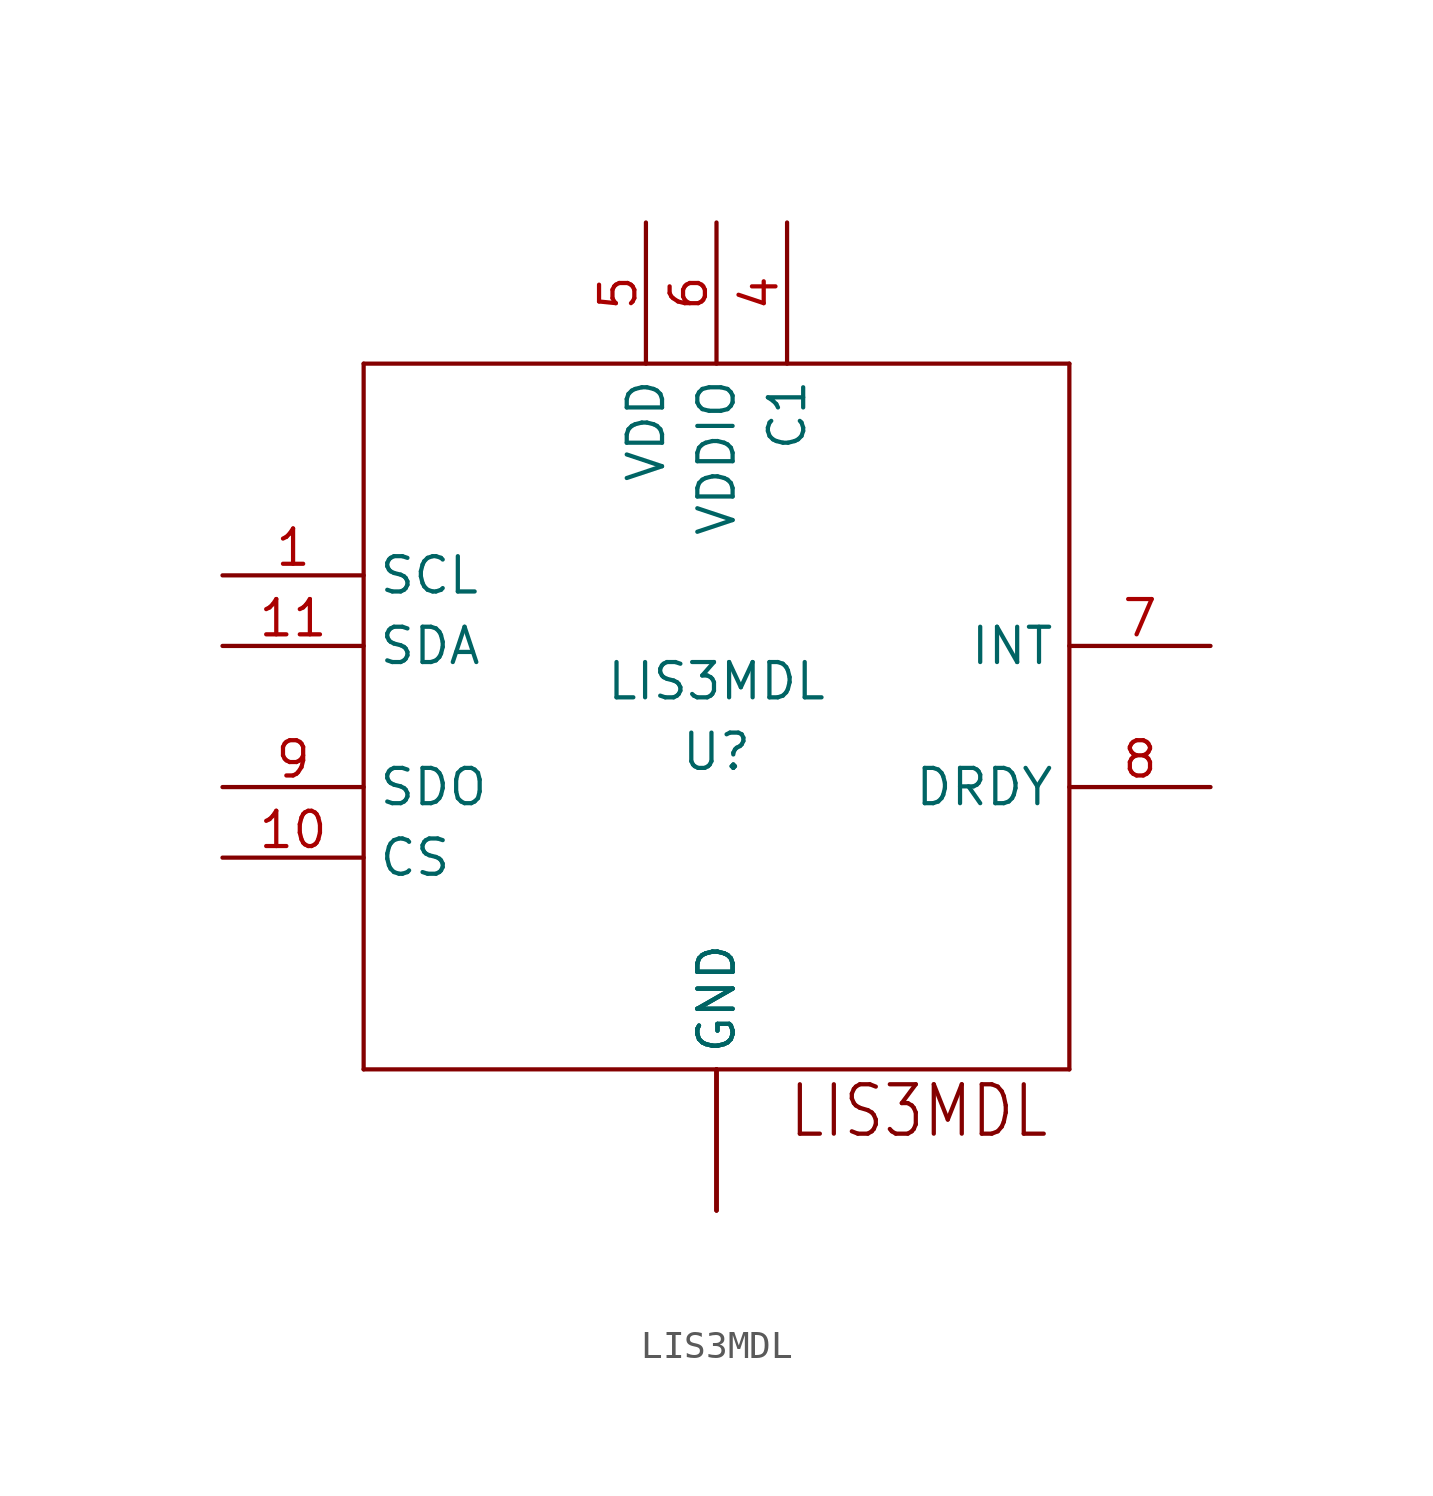
<source format=kicad_sym>
(kicad_symbol_lib
  (version 20220914)
  (generator kicad_symbol_editor)
  (symbol "LIS3MDL"
    (property "Reference" "U"
      (at 0 -1.27 0)
      (effects (font (size 1.27 1.27))))
    (property "Value" "LIS3MDL"
      (at 0 1.27 0)
      (effects (font (size 1.27 1.27))))
    (symbol "LIS3MDL_1_0"
      (polyline (pts (xy -12.7 -12.7) (xy 12.7 -12.7)) (stroke (width 0.152) (type default)) (fill (type none)))
      (polyline (pts (xy -12.7 12.7) (xy -12.7 -12.7)) (stroke (width 0.152) (type default)) (fill (type none)))
      (polyline (pts (xy 12.7 -12.7) (xy 12.7 12.7)) (stroke (width 0.152) (type default)) (fill (type none)))
      (polyline (pts (xy 12.7 12.7) (xy -12.7 12.7)) (stroke (width 0.152) (type default)) (fill (type none)))
      (text "LIS3MDL" (at 2.54 -15.24 0) (effects (font (size 1.778 1.511)) (justify left bottom)))
      (pin input line (at -17.78 5.08 0) (length 5.08) (name "SCL" (effects (font (size 1.27 1.27)))) (number "1" (effects (font (size 1.27 1.27)))))
      (pin input line (at -17.78 -5.08 0) (length 5.08) (name "CS" (effects (font (size 1.27 1.27)))) (number "10" (effects (font (size 1.27 1.27)))))
      (pin bidirectional line (at -17.78 2.54 0) (length 5.08) (name "SDA" (effects (font (size 1.27 1.27)))) (number "11" (effects (font (size 1.27 1.27)))))
      (pin power_in line (at 0 -17.78 90) (length 5.08) (name "GND" (effects (font (size 1.27 1.27)))) (number "12" (effects (font (size 0 0)))))
      (pin power_in line (at 0 -17.78 90) (length 5.08) (name "GND" (effects (font (size 1.27 1.27)))) (number "2" (effects (font (size 0 0)))))
      (pin power_in line (at 0 -17.78 90) (length 5.08) (name "GND" (effects (font (size 1.27 1.27)))) (number "3" (effects (font (size 0 0)))))
      (pin input line (at 2.54 17.78 270) (length 5.08) (name "C1" (effects (font (size 1.27 1.27)))) (number "4" (effects (font (size 1.27 1.27)))))
      (pin power_in line (at -2.54 17.78 270) (length 5.08) (name "VDD" (effects (font (size 1.27 1.27)))) (number "5" (effects (font (size 1.27 1.27)))))
      (pin power_in line (at 0 17.78 270) (length 5.08) (name "VDDIO" (effects (font (size 1.27 1.27)))) (number "6" (effects (font (size 1.27 1.27)))))
      (pin output line (at 17.78 2.54 180) (length 5.08) (name "INT" (effects (font (size 1.27 1.27)))) (number "7" (effects (font (size 1.27 1.27)))))
      (pin output line (at 17.78 -2.54 180) (length 5.08) (name "DRDY" (effects (font (size 1.27 1.27)))) (number "8" (effects (font (size 1.27 1.27)))))
      (pin bidirectional line (at -17.78 -2.54 0) (length 5.08) (name "SDO" (effects (font (size 1.27 1.27)))) (number "9" (effects (font (size 1.27 1.27))))))))
</source>
